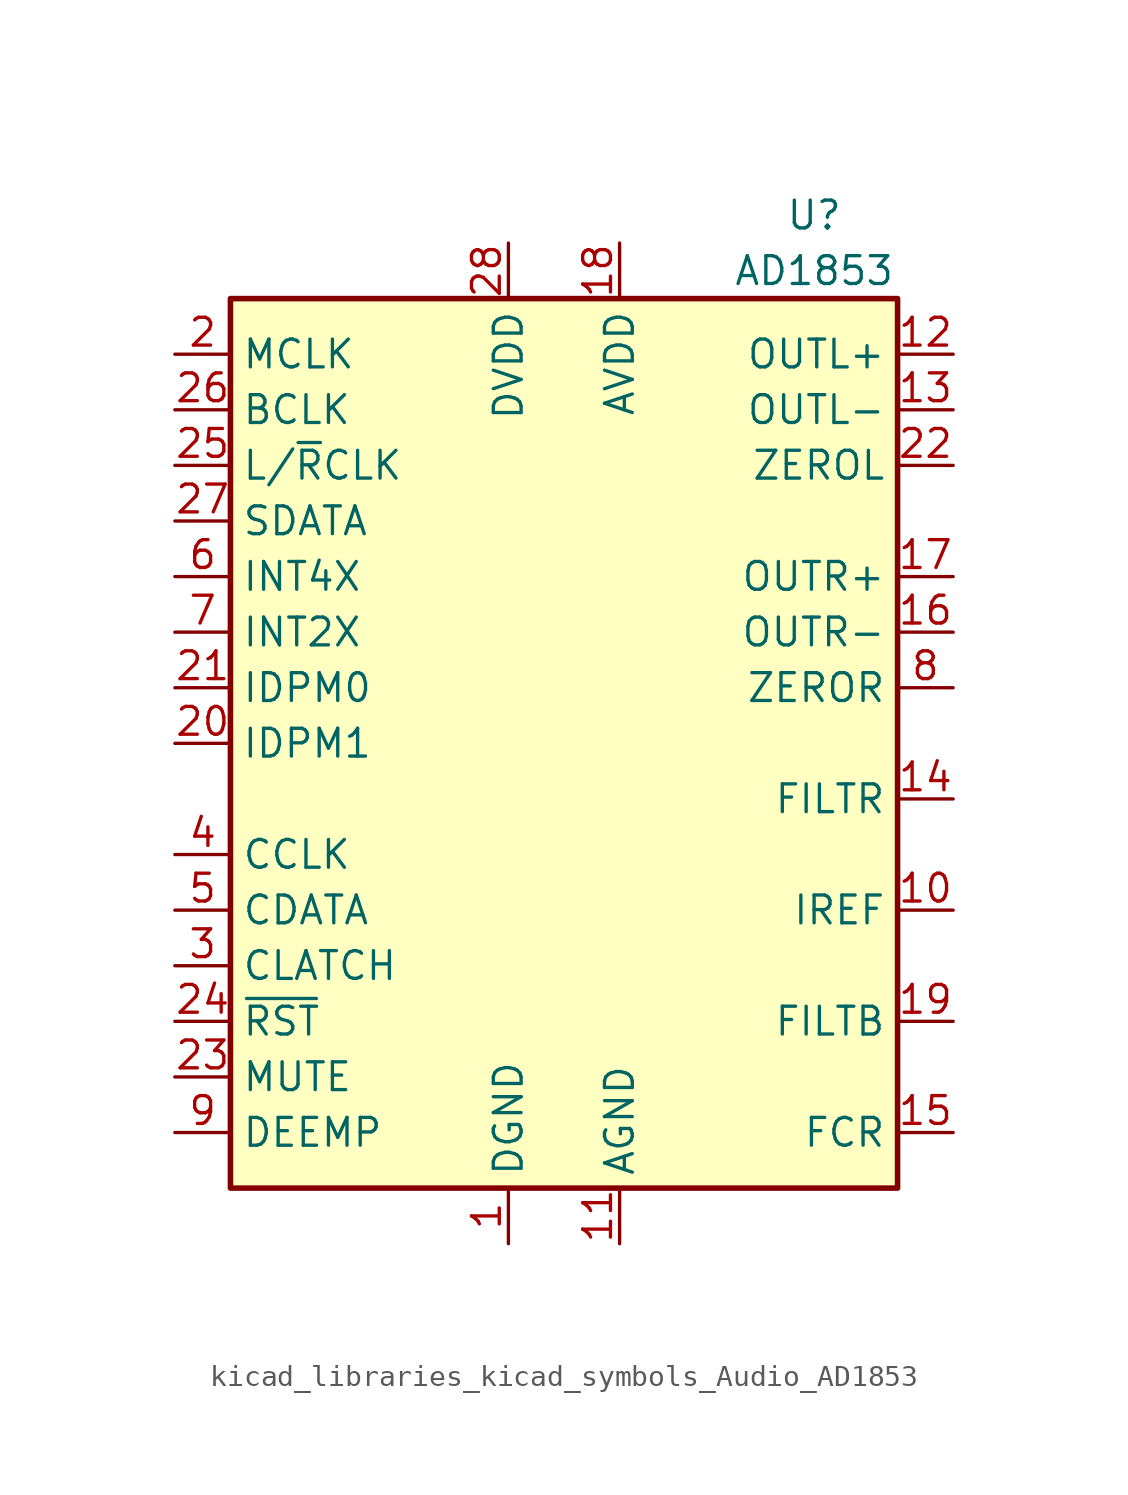
<source format=kicad_sym>
(kicad_symbol_lib
  (version 20220914)
  (generator kicad_symbol_editor)
  (symbol "kicad_libraries_kicad_symbols_Audio_AD1853"
    (property "Reference" "U"
      (at 11.43 24.13 0)
      (effects (font (size 1.27 1.27))))
    (property "Value" "AD1853"
      (at 11.43 21.59 0)
      (effects (font (size 1.27 1.27))))
    (symbol "kicad_libraries_kicad_symbols_Audio_AD1853_0_1"
      (rectangle (start -15.24 20.32) (end 15.24 -20.32) (stroke (width 0.254) (type default)) (fill (type background))))
    (symbol "kicad_libraries_kicad_symbols_Audio_AD1853_1_1"
      (pin power_in line (at -2.54 -22.86 90) (length 2.54) (name "DGND" (effects (font (size 1.27 1.27)))) (number "1" (effects (font (size 1.27 1.27)))))
      (pin passive line (at 17.78 -7.62 180) (length 2.54) (name "IREF" (effects (font (size 1.27 1.27)))) (number "10" (effects (font (size 1.27 1.27)))))
      (pin power_in line (at 2.54 -22.86 90) (length 2.54) (name "AGND" (effects (font (size 1.27 1.27)))) (number "11" (effects (font (size 1.27 1.27)))))
      (pin output line (at 17.78 17.78 180) (length 2.54) (name "OUTL+" (effects (font (size 1.27 1.27)))) (number "12" (effects (font (size 1.27 1.27)))))
      (pin output line (at 17.78 15.24 180) (length 2.54) (name "OUTL-" (effects (font (size 1.27 1.27)))) (number "13" (effects (font (size 1.27 1.27)))))
      (pin output line (at 17.78 -2.54 180) (length 2.54) (name "FILTR" (effects (font (size 1.27 1.27)))) (number "14" (effects (font (size 1.27 1.27)))))
      (pin output line (at 17.78 -17.78 180) (length 2.54) (name "FCR" (effects (font (size 1.27 1.27)))) (number "15" (effects (font (size 1.27 1.27)))))
      (pin output line (at 17.78 5.08 180) (length 2.54) (name "OUTR-" (effects (font (size 1.27 1.27)))) (number "16" (effects (font (size 1.27 1.27)))))
      (pin output line (at 17.78 7.62 180) (length 2.54) (name "OUTR+" (effects (font (size 1.27 1.27)))) (number "17" (effects (font (size 1.27 1.27)))))
      (pin power_in line (at 2.54 22.86 270) (length 2.54) (name "AVDD" (effects (font (size 1.27 1.27)))) (number "18" (effects (font (size 1.27 1.27)))))
      (pin output line (at 17.78 -12.7 180) (length 2.54) (name "FILTB" (effects (font (size 1.27 1.27)))) (number "19" (effects (font (size 1.27 1.27)))))
      (pin input line (at -17.78 17.78 0) (length 2.54) (name "MCLK" (effects (font (size 1.27 1.27)))) (number "2" (effects (font (size 1.27 1.27)))))
      (pin input line (at -17.78 0 0) (length 2.54) (name "IDPM1" (effects (font (size 1.27 1.27)))) (number "20" (effects (font (size 1.27 1.27)))))
      (pin input line (at -17.78 2.54 0) (length 2.54) (name "IDPM0" (effects (font (size 1.27 1.27)))) (number "21" (effects (font (size 1.27 1.27)))))
      (pin output line (at 17.78 12.7 180) (length 2.54) (name "ZEROL" (effects (font (size 1.27 1.27)))) (number "22" (effects (font (size 1.27 1.27)))))
      (pin input line (at -17.78 -15.24 0) (length 2.54) (name "MUTE" (effects (font (size 1.27 1.27)))) (number "23" (effects (font (size 1.27 1.27)))))
      (pin input line (at -17.78 -12.7 0) (length 2.54) (name "~{RST}" (effects (font (size 1.27 1.27)))) (number "24" (effects (font (size 1.27 1.27)))))
      (pin input line (at -17.78 12.7 0) (length 2.54) (name "L/~{R}CLK" (effects (font (size 1.27 1.27)))) (number "25" (effects (font (size 1.27 1.27)))))
      (pin input line (at -17.78 15.24 0) (length 2.54) (name "BCLK" (effects (font (size 1.27 1.27)))) (number "26" (effects (font (size 1.27 1.27)))))
      (pin input line (at -17.78 10.16 0) (length 2.54) (name "SDATA" (effects (font (size 1.27 1.27)))) (number "27" (effects (font (size 1.27 1.27)))))
      (pin power_in line (at -2.54 22.86 270) (length 2.54) (name "DVDD" (effects (font (size 1.27 1.27)))) (number "28" (effects (font (size 1.27 1.27)))))
      (pin input line (at -17.78 -10.16 0) (length 2.54) (name "CLATCH" (effects (font (size 1.27 1.27)))) (number "3" (effects (font (size 1.27 1.27)))))
      (pin input line (at -17.78 -5.08 0) (length 2.54) (name "CCLK" (effects (font (size 1.27 1.27)))) (number "4" (effects (font (size 1.27 1.27)))))
      (pin input line (at -17.78 -7.62 0) (length 2.54) (name "CDATA" (effects (font (size 1.27 1.27)))) (number "5" (effects (font (size 1.27 1.27)))))
      (pin input line (at -17.78 7.62 0) (length 2.54) (name "INT4X" (effects (font (size 1.27 1.27)))) (number "6" (effects (font (size 1.27 1.27)))))
      (pin input line (at -17.78 5.08 0) (length 2.54) (name "INT2X" (effects (font (size 1.27 1.27)))) (number "7" (effects (font (size 1.27 1.27)))))
      (pin output line (at 17.78 2.54 180) (length 2.54) (name "ZEROR" (effects (font (size 1.27 1.27)))) (number "8" (effects (font (size 1.27 1.27)))))
      (pin input line (at -17.78 -17.78 0) (length 2.54) (name "DEEMP" (effects (font (size 1.27 1.27)))) (number "9" (effects (font (size 1.27 1.27))))))))
</source>
